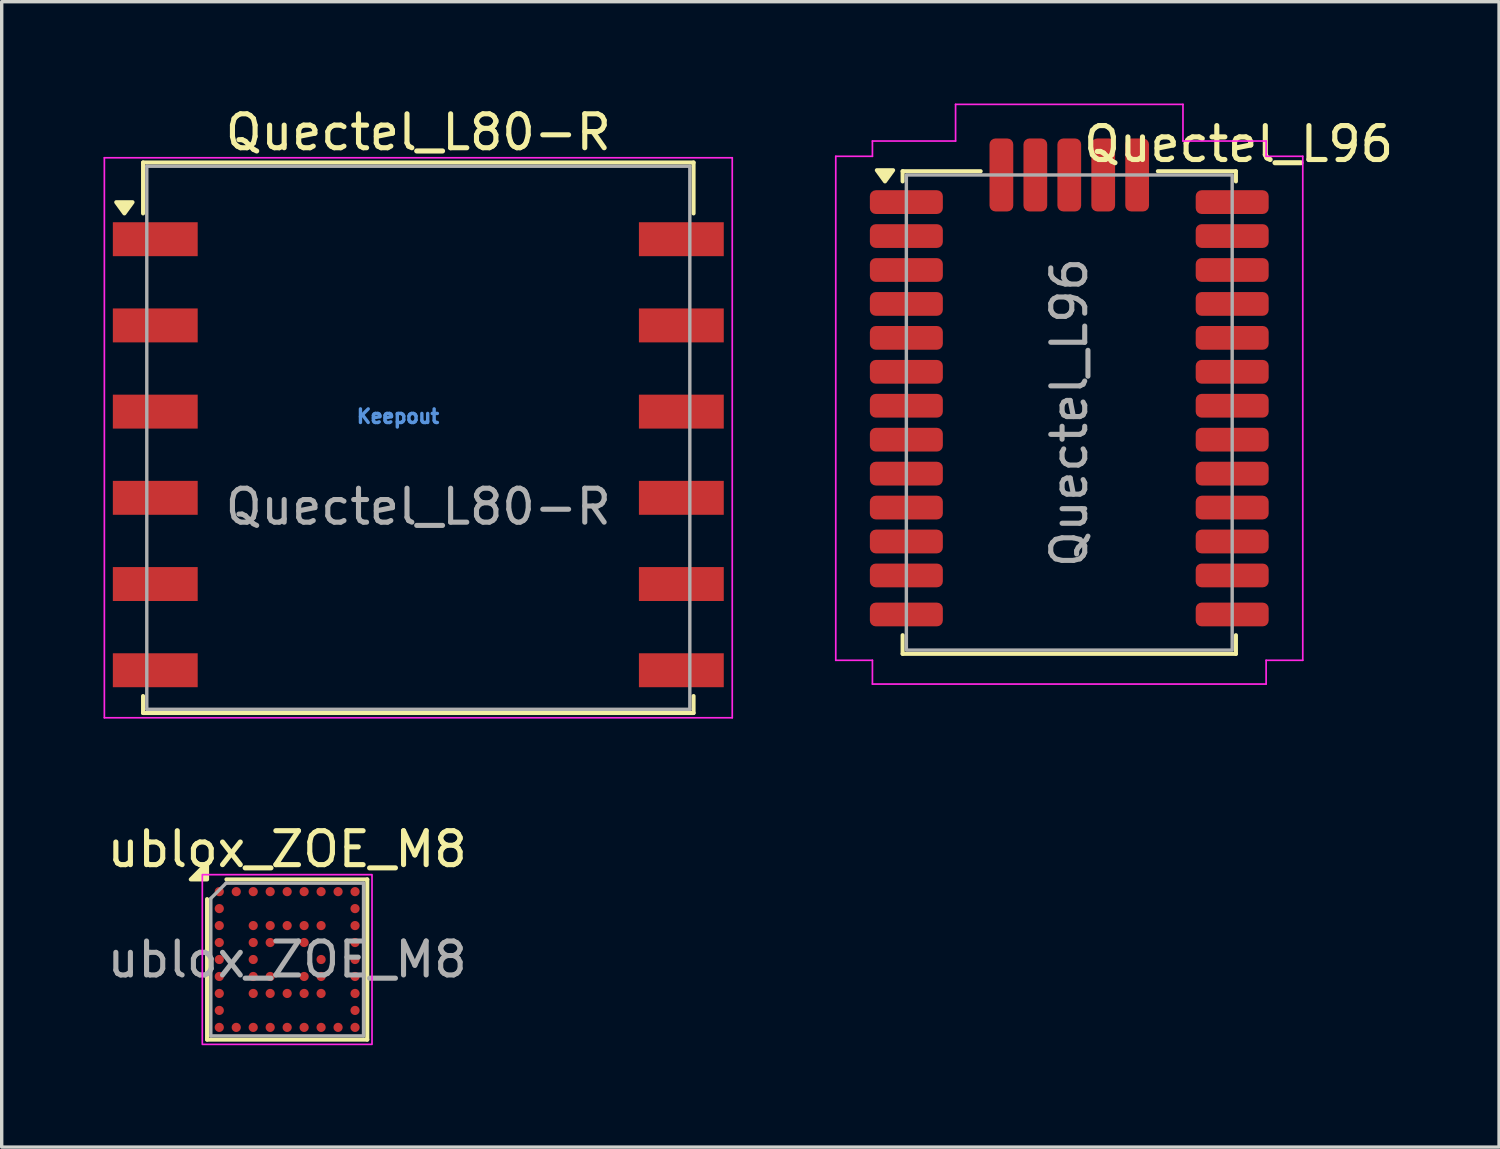
<source format=kicad_pcb>
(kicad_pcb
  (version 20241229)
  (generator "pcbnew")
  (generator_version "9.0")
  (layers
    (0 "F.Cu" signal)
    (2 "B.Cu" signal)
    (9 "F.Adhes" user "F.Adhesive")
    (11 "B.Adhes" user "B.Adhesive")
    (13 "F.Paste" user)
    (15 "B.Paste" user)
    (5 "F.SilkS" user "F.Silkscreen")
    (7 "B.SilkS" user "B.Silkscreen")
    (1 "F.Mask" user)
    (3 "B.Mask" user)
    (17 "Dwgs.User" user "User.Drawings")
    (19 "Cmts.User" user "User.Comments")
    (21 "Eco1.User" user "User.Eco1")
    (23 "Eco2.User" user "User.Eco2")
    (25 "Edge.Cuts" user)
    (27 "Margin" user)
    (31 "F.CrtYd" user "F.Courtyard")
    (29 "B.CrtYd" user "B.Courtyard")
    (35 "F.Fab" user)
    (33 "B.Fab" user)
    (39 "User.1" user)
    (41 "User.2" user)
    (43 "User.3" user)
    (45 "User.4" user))
  (footprint "Quectel_L80-R"
    (layer "F.Cu")
    (at 9.275 9.848)
    (property "Reference" "Quectel_L80-R" (at 0 -9 180) (layer "F.SilkS") (effects (font (size 1 1) (thickness 0.15))))
    (attr smd)
    (fp_line (start -8.11 -8.11) (end -8.11 -6.61) (stroke (width 0.12) (type solid)) (layer "F.SilkS"))
    (fp_line (start -8.11 8.11) (end -8.11 7.61) (stroke (width 0.12) (type default)) (layer "F.SilkS"))
    (fp_line (start 8.11 -8.11) (end -8.11 -8.11) (stroke (width 0.12) (type solid)) (layer "F.SilkS"))
    (fp_line (start 8.11 -8.11) (end 8.11 -6.61) (stroke (width 0.12) (type solid)) (layer "F.SilkS"))
    (fp_line (start 8.11 8.11) (end -8.11 8.11) (stroke (width 0.12) (type solid)) (layer "F.SilkS"))
    (fp_line (start 8.11 8.11) (end 8.11 7.61) (stroke (width 0.12) (type default)) (layer "F.SilkS"))
    (fp_poly (pts (xy -8.66 -6.61) (xy -8.9 -6.94) (xy -8.42 -6.94) (xy -8.66 -6.61)) (stroke (width 0.12) (type solid)) (fill yes) (layer "F.SilkS"))
    (fp_line (start -9.25 -8.25) (end -9.25 8.25) (stroke (width 0.05) (type solid)) (layer "F.CrtYd"))
    (fp_line (start -9.25 -8.25) (end 9.25 -8.25) (stroke (width 0.05) (type solid)) (layer "F.CrtYd"))
    (fp_line (start -9.25 8.25) (end 9.25 8.25) (stroke (width 0.05) (type solid)) (layer "F.CrtYd"))
    (fp_line (start 9.25 8.25) (end 9.25 -8.25) (stroke (width 0.05) (type solid)) (layer "F.CrtYd"))
    (fp_line (start -8 8) (end -8 -8) (stroke (width 0.1) (type solid)) (layer "F.Fab"))
    (fp_line (start 8 -8) (end -8 -8) (stroke (width 0.1) (type solid)) (layer "F.Fab"))
    (fp_line (start 8 8) (end -8 8) (stroke (width 0.1) (type solid)) (layer "F.Fab"))
    (fp_line (start 8 8) (end 8 -8) (stroke (width 0.1) (type solid)) (layer "F.Fab"))
    (fp_text user "Keepout" (at -0.6 -0.63 0) (layer "Cmts.User") (effects (font (size 0.4 0.4) (thickness 0.1))))
    (fp_text user "${REFERENCE}" (at 0 2.032 0) (layer "F.Fab") (effects (font (size 1 1) (thickness 0.15))))
    (pad "1" smd rect (at -7.75 -5.85 180) (size 2.5 1) (layers "F.Cu" "F.Mask" "F.Paste"))
    (pad "2" smd rect (at -7.75 -3.31 180) (size 2.5 1) (layers "F.Cu" "F.Mask" "F.Paste"))
    (pad "3" smd rect (at -7.75 -0.77 180) (size 2.5 1) (layers "F.Cu" "F.Mask" "F.Paste"))
    (pad "4" smd rect (at -7.75 1.77 180) (size 2.5 1) (layers "F.Cu" "F.Mask" "F.Paste"))
    (pad "5" smd rect (at -7.75 4.31 180) (size 2.5 1) (layers "F.Cu" "F.Mask" "F.Paste"))
    (pad "6" smd rect (at -7.75 6.85 180) (size 2.5 1) (layers "F.Cu" "F.Mask" "F.Paste"))
    (pad "7" smd rect (at 7.75 6.85 180) (size 2.5 1) (layers "F.Cu" "F.Mask" "F.Paste"))
    (pad "8" smd rect (at 7.75 4.31 180) (size 2.5 1) (layers "F.Cu" "F.Mask" "F.Paste"))
    (pad "9" smd rect (at 7.75 1.77 180) (size 2.5 1) (layers "F.Cu" "F.Mask" "F.Paste"))
    (pad "10" smd rect (at 7.75 -0.77 180) (size 2.5 1) (layers "F.Cu" "F.Mask" "F.Paste"))
    (pad "11" smd rect (at 7.75 -3.31 180) (size 2.5 1) (layers "F.Cu" "F.Mask" "F.Paste"))
    (pad "12" smd rect (at 7.75 -5.85 180) (size 2.5 1) (layers "F.Cu" "F.Mask" "F.Paste"))
    (zone (net_name "") (layer "F.Cu") (hatch full 0.508) (connect_pads) (min_thickness 0.254) (filled_areas_thickness no) (keepout (tracks not_allowed) (vias not_allowed) (pads not_allowed) (copperpour not_allowed) (footprints not_allowed)) (placement (enabled no)) (fill) (polygon (pts (xy 9.93 9.218) (xy 9.911 9) (xy 9.854 8.789) (xy 9.762 8.591) (xy 9.636 8.412) (xy 9.482 8.257) (xy 9.302 8.132) (xy 9.104 8.039) (xy 8.893 7.983) (xy 8.675 7.963) (xy 8.457 7.983) (xy 8.246 8.039) (xy 8.048 8.132) (xy 7.868 8.257) (xy 7.714 8.412) (xy 7.588 8.591) (xy 7.496 8.789) (xy 7.439 9) (xy 7.42 9.218) (xy 7.439 9.436) (xy 7.496 9.647) (xy 7.588 9.846) (xy 7.714 10.025) (xy 7.868 10.179) (xy 8.048 10.305) (xy 8.246 10.397) (xy 8.457 10.454) (xy 8.675 10.473) (xy 8.893 10.454) (xy 9.104 10.397) (xy 9.302 10.305) (xy 9.482 10.179) (xy 9.636 10.025) (xy 9.762 9.846) (xy 9.854 9.647) (xy 9.911 9.436)))))
  (footprint "ublox_ZOE_M8"
    (layer "F.Cu")
    (at 5.411 25.221)
    (property "Reference" "ublox_ZOE_M8" (at 0 -3.25 0) (layer "F.SilkS") (effects (font (size 1 1) (thickness 0.15))))
    (attr smd)
    (fp_line (start -2.36 2.36) (end -2.36 -1.78) (stroke (width 0.12) (type default)) (layer "F.SilkS"))
    (fp_line (start -1.79 -2.36) (end 2.36 -2.36) (stroke (width 0.12) (type default)) (layer "F.SilkS"))
    (fp_line (start 2.36 -2.36) (end 2.36 2.36) (stroke (width 0.12) (type default)) (layer "F.SilkS"))
    (fp_line (start 2.36 2.36) (end -2.36 2.36) (stroke (width 0.12) (type default)) (layer "F.SilkS"))
    (fp_poly (pts (xy -2.36 -2.36) (xy -2.36 -2.84) (xy -2.84 -2.36)) (stroke (width 0.12) (type solid)) (fill yes) (layer "F.SilkS"))
    (fp_rect (start -2.5 -2.5) (end 2.5 2.5) (stroke (width 0.05) (type default)) (fill no) (layer "F.CrtYd"))
    (fp_line (start -2.25 -1.8) (end -1.8 -2.25) (stroke (width 0.1) (type default)) (layer "F.Fab"))
    (fp_line (start -2.25 2.25) (end -2.25 -1.8) (stroke (width 0.1) (type default)) (layer "F.Fab"))
    (fp_line (start -1.8 -2.25) (end 2.25 -2.25) (stroke (width 0.1) (type default)) (layer "F.Fab"))
    (fp_line (start 2.25 -2.25) (end 2.25 2.25) (stroke (width 0.1) (type default)) (layer "F.Fab"))
    (fp_line (start 2.25 2.25) (end -2.25 2.25) (stroke (width 0.1) (type default)) (layer "F.Fab"))
    (fp_text user "${REFERENCE}" (at 0 0 0) (layer "F.Fab") (effects (font (size 1 1) (thickness 0.15))))
    (pad "A1" smd circle (at -2 -2) (size 0.27 0.27) (layers "F.Cu" "F.Mask" "F.Paste"))
    (pad "A2" smd circle (at -1.5 -2) (size 0.27 0.27) (layers "F.Cu" "F.Mask" "F.Paste"))
    (pad "A3" smd circle (at -1 -2) (size 0.27 0.27) (layers "F.Cu" "F.Mask" "F.Paste"))
    (pad "A4" smd circle (at -0.5 -2) (size 0.27 0.27) (layers "F.Cu" "F.Mask" "F.Paste"))
    (pad "A5" smd circle (at 0 -2) (size 0.27 0.27) (layers "F.Cu" "F.Mask" "F.Paste"))
    (pad "A6" smd circle (at 0.5 -2) (size 0.27 0.27) (layers "F.Cu" "F.Mask" "F.Paste"))
    (pad "A7" smd circle (at 1 -2) (size 0.27 0.27) (layers "F.Cu" "F.Mask" "F.Paste"))
    (pad "A8" smd circle (at 1.5 -2) (size 0.27 0.27) (layers "F.Cu" "F.Mask" "F.Paste"))
    (pad "A9" smd circle (at 2 -2) (size 0.27 0.27) (layers "F.Cu" "F.Mask" "F.Paste"))
    (pad "B1" smd circle (at -2 -1.5) (size 0.27 0.27) (layers "F.Cu" "F.Mask" "F.Paste"))
    (pad "B9" smd circle (at 2 -1.5) (size 0.27 0.27) (layers "F.Cu" "F.Mask" "F.Paste"))
    (pad "C1" smd circle (at -2 -1) (size 0.27 0.27) (layers "F.Cu" "F.Mask" "F.Paste"))
    (pad "C3" smd circle (at -1 -1) (size 0.27 0.27) (layers "F.Cu" "F.Mask" "F.Paste"))
    (pad "C4" smd circle (at -0.5 -1) (size 0.27 0.27) (layers "F.Cu" "F.Mask" "F.Paste"))
    (pad "C5" smd circle (at 0 -1) (size 0.27 0.27) (layers "F.Cu" "F.Mask" "F.Paste"))
    (pad "C6" smd circle (at 0.5 -1) (size 0.27 0.27) (layers "F.Cu" "F.Mask" "F.Paste"))
    (pad "C7" smd circle (at 1 -1) (size 0.27 0.27) (layers "F.Cu" "F.Mask" "F.Paste"))
    (pad "C9" smd circle (at 2 -1) (size 0.27 0.27) (layers "F.Cu" "F.Mask" "F.Paste"))
    (pad "D1" smd circle (at -2 -0.5) (size 0.27 0.27) (layers "F.Cu" "F.Mask" "F.Paste"))
    (pad "D3" smd circle (at -1 -0.5) (size 0.27 0.27) (layers "F.Cu" "F.Mask" "F.Paste"))
    (pad "D4" smd circle (at -0.5 -0.5) (size 0.27 0.27) (layers "F.Cu" "F.Mask" "F.Paste"))
    (pad "D6" smd circle (at 0.5 -0.5) (size 0.27 0.27) (layers "F.Cu" "F.Mask" "F.Paste"))
    (pad "D9" smd circle (at 2 -0.5) (size 0.27 0.27) (layers "F.Cu" "F.Mask" "F.Paste"))
    (pad "E1" smd circle (at -2 0) (size 0.27 0.27) (layers "F.Cu" "F.Mask" "F.Paste"))
    (pad "E3" smd circle (at -1 0) (size 0.27 0.27) (layers "F.Cu" "F.Mask" "F.Paste"))
    (pad "E7" smd circle (at 1 0) (size 0.27 0.27) (layers "F.Cu" "F.Mask" "F.Paste"))
    (pad "E9" smd circle (at 2 0) (size 0.27 0.27) (layers "F.Cu" "F.Mask" "F.Paste"))
    (pad "F1" smd circle (at -2 0.5) (size 0.27 0.27) (layers "F.Cu" "F.Mask" "F.Paste"))
    (pad "F3" smd circle (at -1 0.5) (size 0.27 0.27) (layers "F.Cu" "F.Mask" "F.Paste"))
    (pad "F4" smd circle (at -0.5 0.5) (size 0.27 0.27) (layers "F.Cu" "F.Mask" "F.Paste"))
    (pad "F6" smd circle (at 0.5 0.5) (size 0.27 0.27) (layers "F.Cu" "F.Mask" "F.Paste"))
    (pad "F7" smd circle (at 1 0.5) (size 0.27 0.27) (layers "F.Cu" "F.Mask" "F.Paste"))
    (pad "F9" smd circle (at 2 0.5) (size 0.27 0.27) (layers "F.Cu" "F.Mask" "F.Paste"))
    (pad "G1" smd circle (at -2 1) (size 0.27 0.27) (layers "F.Cu" "F.Mask" "F.Paste"))
    (pad "G3" smd circle (at -1 1) (size 0.27 0.27) (layers "F.Cu" "F.Mask" "F.Paste"))
    (pad "G4" smd circle (at -0.5 1) (size 0.27 0.27) (layers "F.Cu" "F.Mask" "F.Paste"))
    (pad "G5" smd circle (at 0 1) (size 0.27 0.27) (layers "F.Cu" "F.Mask" "F.Paste"))
    (pad "G6" smd circle (at 0.5 1) (size 0.27 0.27) (layers "F.Cu" "F.Mask" "F.Paste"))
    (pad "G7" smd circle (at 1 1) (size 0.27 0.27) (layers "F.Cu" "F.Mask" "F.Paste"))
    (pad "G9" smd circle (at 2 1) (size 0.27 0.27) (layers "F.Cu" "F.Mask" "F.Paste"))
    (pad "H1" smd circle (at -2 1.5) (size 0.27 0.27) (layers "F.Cu" "F.Mask" "F.Paste"))
    (pad "H9" smd circle (at 2 1.5) (size 0.27 0.27) (layers "F.Cu" "F.Mask" "F.Paste"))
    (pad "J1" smd circle (at -2 2) (size 0.27 0.27) (layers "F.Cu" "F.Mask" "F.Paste"))
    (pad "J2" smd circle (at -1.5 2) (size 0.27 0.27) (layers "F.Cu" "F.Mask" "F.Paste"))
    (pad "J3" smd circle (at -1 2) (size 0.27 0.27) (layers "F.Cu" "F.Mask" "F.Paste"))
    (pad "J4" smd circle (at -0.5 2) (size 0.27 0.27) (layers "F.Cu" "F.Mask" "F.Paste"))
    (pad "J5" smd circle (at 0 2) (size 0.27 0.27) (layers "F.Cu" "F.Mask" "F.Paste"))
    (pad "J6" smd circle (at 0.5 2) (size 0.27 0.27) (layers "F.Cu" "F.Mask" "F.Paste"))
    (pad "J7" smd circle (at 1 2) (size 0.27 0.27) (layers "F.Cu" "F.Mask" "F.Paste"))
    (pad "J8" smd circle (at 1.5 2) (size 0.27 0.27) (layers "F.Cu" "F.Mask" "F.Paste"))
    (pad "J9" smd circle (at 2 2) (size 0.27 0.27) (layers "F.Cu" "F.Mask" "F.Paste")))
  (footprint "Quectel_L96"
    (layer "F.Cu")
    (at 28.455 9.105)
    (property "Reference" "Quectel_L96" (at 4.99 -7.91 0) (layer "F.SilkS") (effects (font (size 1 1) (thickness 0.15))))
    (attr smd)
    (fp_line (start -4.91 -7.11) (end -2.61 -7.11) (stroke (width 0.12) (type default)) (layer "F.SilkS"))
    (fp_line (start -4.91 -6.81) (end -4.91 -7.11) (stroke (width 0.12) (type default)) (layer "F.SilkS"))
    (fp_line (start -4.91 7.11) (end -4.91 6.56) (stroke (width 0.12) (type default)) (layer "F.SilkS"))
    (fp_line (start 2.61 -7.11) (end 4.91 -7.11) (stroke (width 0.12) (type default)) (layer "F.SilkS"))
    (fp_line (start 4.91 -7.11) (end 4.91 -6.81) (stroke (width 0.12) (type default)) (layer "F.SilkS"))
    (fp_line (start 4.91 7.11) (end -4.91 7.11) (stroke (width 0.12) (type default)) (layer "F.SilkS"))
    (fp_line (start 4.91 7.11) (end 4.91 6.56) (stroke (width 0.12) (type default)) (layer "F.SilkS"))
    (fp_poly (pts (xy -5.43 -6.81) (xy -5.67 -7.14) (xy -5.19 -7.14) (xy -5.43 -6.81)) (stroke (width 0.12) (type solid)) (fill yes) (layer "F.SilkS"))
    (fp_line (start -6.88 -7.55) (end -6.88 7.3) (stroke (width 0.05) (type default)) (layer "F.CrtYd"))
    (fp_line (start -6.88 7.3) (end -5.8 7.3) (stroke (width 0.05) (type default)) (layer "F.CrtYd"))
    (fp_line (start -5.8 -8) (end -5.8 -7.55) (stroke (width 0.05) (type default)) (layer "F.CrtYd"))
    (fp_line (start -5.8 -7.55) (end -6.88 -7.55) (stroke (width 0.05) (type default)) (layer "F.CrtYd"))
    (fp_line (start -5.8 7.3) (end -5.8 8) (stroke (width 0.05) (type default)) (layer "F.CrtYd"))
    (fp_line (start -5.8 8) (end 5.8 8) (stroke (width 0.05) (type default)) (layer "F.CrtYd"))
    (fp_line (start -3.35 -9.08) (end -3.35 -8) (stroke (width 0.05) (type default)) (layer "F.CrtYd"))
    (fp_line (start -3.35 -8) (end -5.8 -8) (stroke (width 0.05) (type default)) (layer "F.CrtYd"))
    (fp_line (start 3.35 -9.08) (end -3.35 -9.08) (stroke (width 0.05) (type default)) (layer "F.CrtYd"))
    (fp_line (start 3.35 -8) (end 3.35 -9.08) (stroke (width 0.05) (type default)) (layer "F.CrtYd"))
    (fp_line (start 5.8 -8) (end 3.35 -8) (stroke (width 0.05) (type default)) (layer "F.CrtYd"))
    (fp_line (start 5.8 -7.55) (end 5.8 -8) (stroke (width 0.05) (type default)) (layer "F.CrtYd"))
    (fp_line (start 5.8 7.3) (end 6.88 7.3) (stroke (width 0.05) (type default)) (layer "F.CrtYd"))
    (fp_line (start 5.8 8) (end 5.8 7.3) (stroke (width 0.05) (type default)) (layer "F.CrtYd"))
    (fp_line (start 6.88 -7.55) (end 5.8 -7.55) (stroke (width 0.05) (type default)) (layer "F.CrtYd"))
    (fp_line (start 6.88 7.3) (end 6.88 -7.55) (stroke (width 0.05) (type default)) (layer "F.CrtYd"))
    (fp_rect (start -4.8 -7) (end 4.8 7) (stroke (width 0.1) (type default)) (fill no) (layer "F.Fab"))
    (fp_text user "${REFERENCE}" (at 0 0 90) (layer "F.Fab") (effects (font (size 1 1) (thickness 0.15))))
    (pad "1" smd roundrect (at -4.8 -6.2) (size 2.15 0.7) (layers "F.Cu" "F.Mask" "F.Paste") (roundrect_rratio 0.25))
    (pad "2" smd roundrect (at -4.8 -5.2) (size 2.15 0.7) (layers "F.Cu" "F.Mask" "F.Paste") (roundrect_rratio 0.25))
    (pad "3" smd roundrect (at -4.8 -4.2) (size 2.15 0.7) (layers "F.Cu" "F.Mask" "F.Paste") (roundrect_rratio 0.25))
    (pad "4" smd roundrect (at -4.8 -3.2) (size 2.15 0.7) (layers "F.Cu" "F.Mask" "F.Paste") (roundrect_rratio 0.25))
    (pad "5" smd roundrect (at -4.8 -2.2) (size 2.15 0.7) (layers "F.Cu" "F.Mask" "F.Paste") (roundrect_rratio 0.25))
    (pad "6" smd roundrect (at -4.8 -1.2) (size 2.15 0.7) (layers "F.Cu" "F.Mask" "F.Paste") (roundrect_rratio 0.25))
    (pad "7" smd roundrect (at -4.8 -0.2) (size 2.15 0.7) (layers "F.Cu" "F.Mask" "F.Paste") (roundrect_rratio 0.25))
    (pad "8" smd roundrect (at -4.8 0.8) (size 2.15 0.7) (layers "F.Cu" "F.Mask" "F.Paste") (roundrect_rratio 0.25))
    (pad "9" smd roundrect (at -4.8 1.8) (size 2.15 0.7) (layers "F.Cu" "F.Mask" "F.Paste") (roundrect_rratio 0.25))
    (pad "10" smd roundrect (at -4.8 2.8) (size 2.15 0.7) (layers "F.Cu" "F.Mask" "F.Paste") (roundrect_rratio 0.25))
    (pad "11" smd roundrect (at -4.8 3.8) (size 2.15 0.7) (layers "F.Cu" "F.Mask" "F.Paste") (roundrect_rratio 0.25))
    (pad "12" smd roundrect (at -4.8 4.8) (size 2.15 0.7) (layers "F.Cu" "F.Mask" "F.Paste") (roundrect_rratio 0.25))
    (pad "13" smd roundrect (at -4.8 5.95) (size 2.15 0.7) (layers "F.Cu" "F.Mask" "F.Paste") (roundrect_rratio 0.25))
    (pad "14" smd roundrect (at 4.8 5.95) (size 2.15 0.7) (layers "F.Cu" "F.Mask" "F.Paste") (roundrect_rratio 0.25))
    (pad "15" smd roundrect (at 4.8 4.8) (size 2.15 0.7) (layers "F.Cu" "F.Mask" "F.Paste") (roundrect_rratio 0.25))
    (pad "16" smd roundrect (at 4.8 3.8) (size 2.15 0.7) (layers "F.Cu" "F.Mask" "F.Paste") (roundrect_rratio 0.25))
    (pad "17" smd roundrect (at 4.8 2.8) (size 2.15 0.7) (layers "F.Cu" "F.Mask" "F.Paste") (roundrect_rratio 0.25))
    (pad "18" smd roundrect (at 4.8 1.8) (size 2.15 0.7) (layers "F.Cu" "F.Mask" "F.Paste") (roundrect_rratio 0.25))
    (pad "19" smd roundrect (at 4.8 0.8) (size 2.15 0.7) (layers "F.Cu" "F.Mask" "F.Paste") (roundrect_rratio 0.25))
    (pad "20" smd roundrect (at 4.8 -0.2) (size 2.15 0.7) (layers "F.Cu" "F.Mask" "F.Paste") (roundrect_rratio 0.25))
    (pad "21" smd roundrect (at 4.8 -1.2) (size 2.15 0.7) (layers "F.Cu" "F.Mask" "F.Paste") (roundrect_rratio 0.25))
    (pad "22" smd roundrect (at 4.8 -2.2) (size 2.15 0.7) (layers "F.Cu" "F.Mask" "F.Paste") (roundrect_rratio 0.25))
    (pad "23" smd roundrect (at 4.8 -3.2) (size 2.15 0.7) (layers "F.Cu" "F.Mask" "F.Paste") (roundrect_rratio 0.25))
    (pad "24" smd roundrect (at 4.8 -4.2) (size 2.15 0.7) (layers "F.Cu" "F.Mask" "F.Paste") (roundrect_rratio 0.25))
    (pad "25" smd roundrect (at 4.8 -5.2) (size 2.15 0.7) (layers "F.Cu" "F.Mask" "F.Paste") (roundrect_rratio 0.25))
    (pad "26" smd roundrect (at 4.8 -6.2) (size 2.15 0.7) (layers "F.Cu" "F.Mask" "F.Paste") (roundrect_rratio 0.25))
    (pad "27" smd roundrect (at 2 -7 90) (size 2.15 0.7) (layers "F.Cu" "F.Mask" "F.Paste") (roundrect_rratio 0.25))
    (pad "28" smd roundrect (at 1 -7 90) (size 2.15 0.7) (layers "F.Cu" "F.Mask" "F.Paste") (roundrect_rratio 0.25))
    (pad "29" smd roundrect (at 0 -7 90) (size 2.15 0.7) (layers "F.Cu" "F.Mask" "F.Paste") (roundrect_rratio 0.25))
    (pad "30" smd roundrect (at -1 -7 90) (size 2.15 0.7) (layers "F.Cu" "F.Mask" "F.Paste") (roundrect_rratio 0.25))
    (pad "31" smd roundrect (at -2 -7 90) (size 2.15 0.7) (layers "F.Cu" "F.Mask" "F.Paste") (roundrect_rratio 0.25))
    (zone (net_name "") (layers "F.Cu" "B.Cu" "F.CrtYd") (hatch edge 0.508) (connect_pads) (min_thickness 0.254) (filled_areas_thickness no) (keepout (tracks not_allowed) (vias not_allowed) (pads not_allowed) (copperpour not_allowed) (footprints not_allowed)) (placement (enabled no)) (fill) (polygon (pts (xy 24.805 16.105) (xy 24.805 11.305) (xy 27.655 11.305) (xy 27.655 10.605) (xy 29.255 10.605) (xy 29.255 11.305) (xy 32.105 11.305) (xy 32.105 16.105)))))
  (gr_rect
    (start -3 -3)
    (end 41.118 30.747)
    (stroke (width 0.1) (type default))
    (fill no)
    (layer "Edge.Cuts")))
</source>
